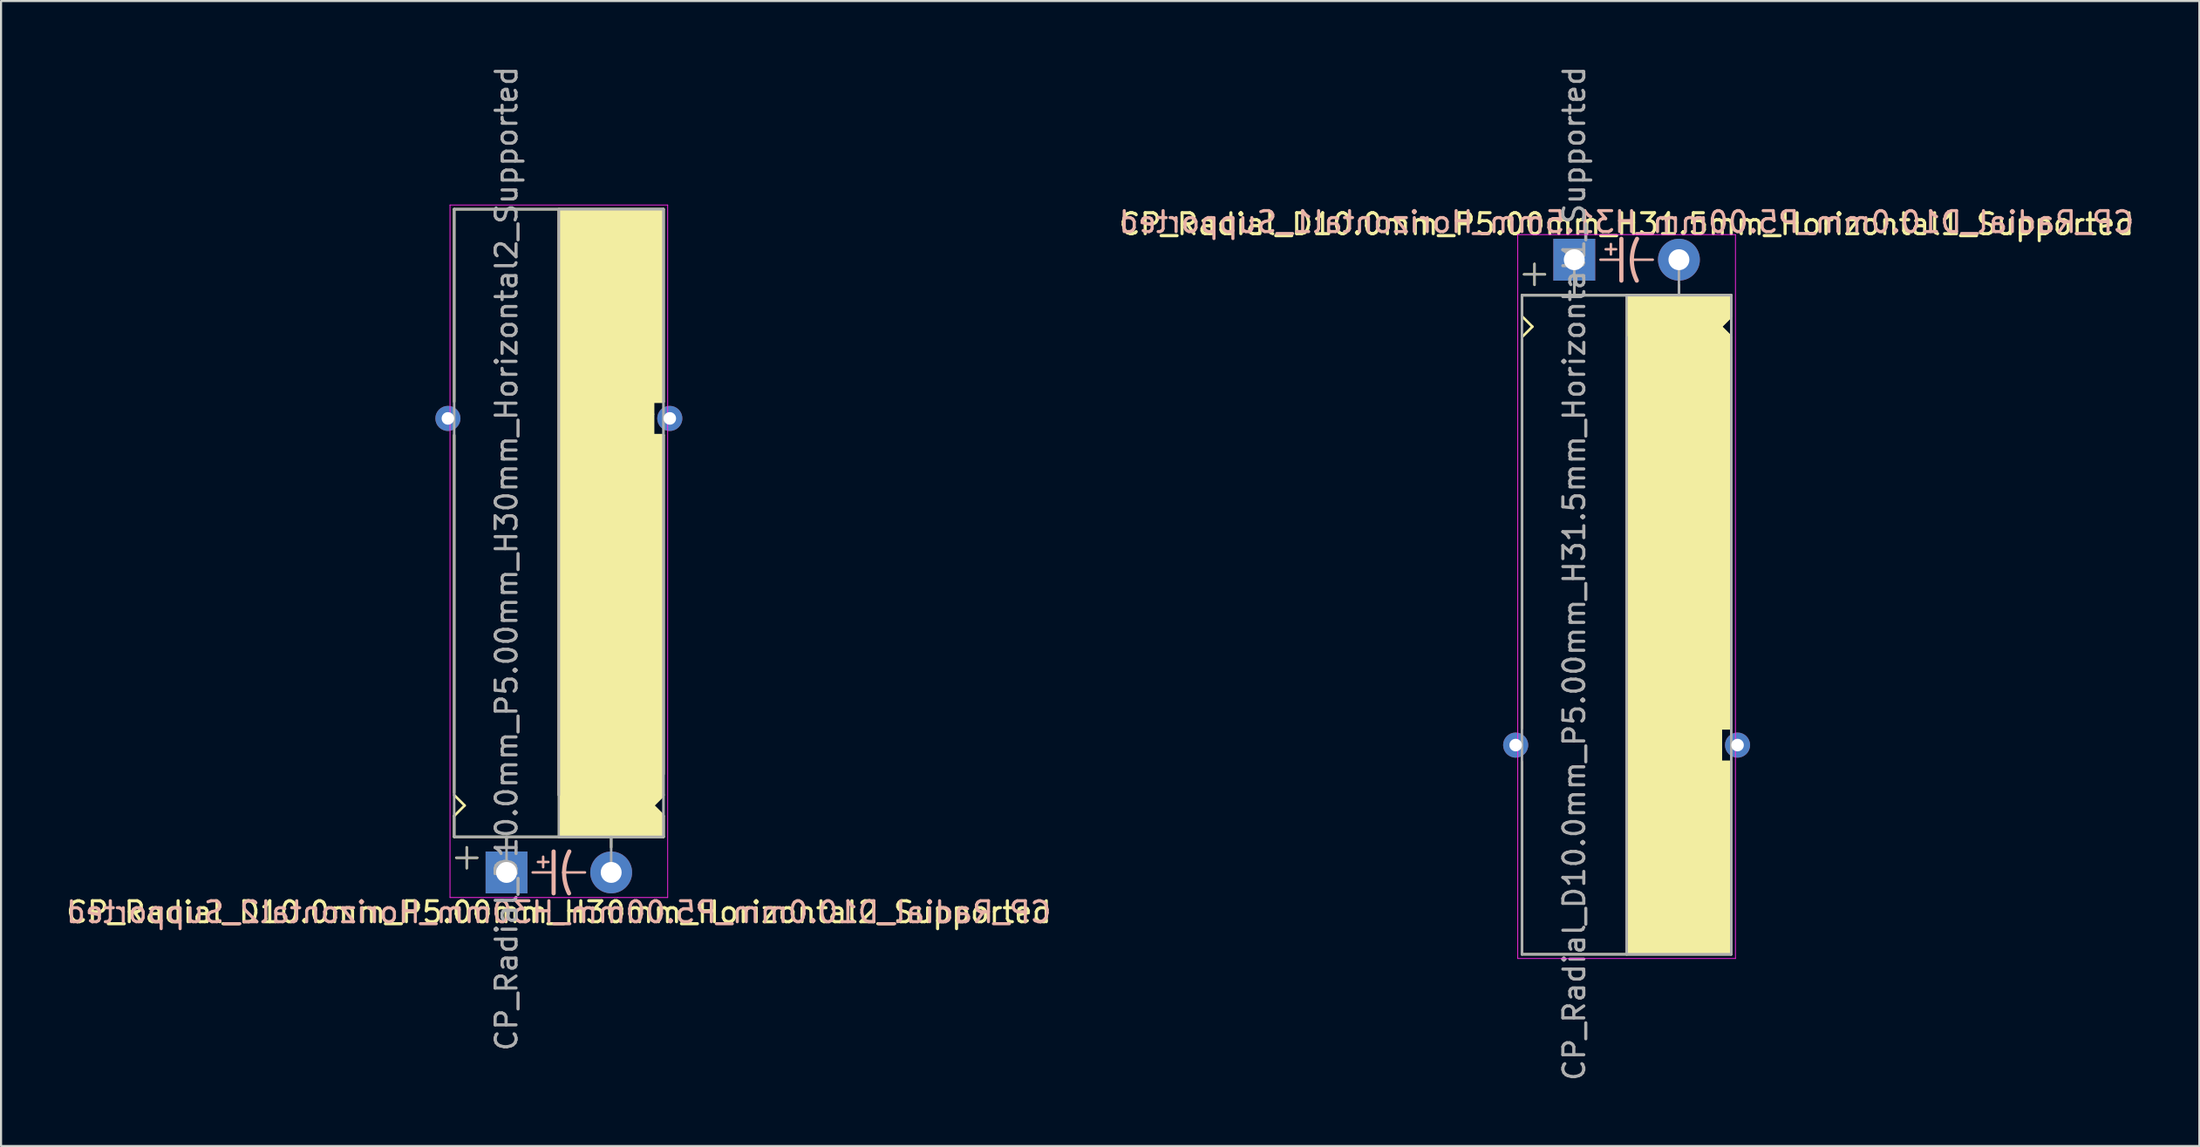
<source format=kicad_pcb>
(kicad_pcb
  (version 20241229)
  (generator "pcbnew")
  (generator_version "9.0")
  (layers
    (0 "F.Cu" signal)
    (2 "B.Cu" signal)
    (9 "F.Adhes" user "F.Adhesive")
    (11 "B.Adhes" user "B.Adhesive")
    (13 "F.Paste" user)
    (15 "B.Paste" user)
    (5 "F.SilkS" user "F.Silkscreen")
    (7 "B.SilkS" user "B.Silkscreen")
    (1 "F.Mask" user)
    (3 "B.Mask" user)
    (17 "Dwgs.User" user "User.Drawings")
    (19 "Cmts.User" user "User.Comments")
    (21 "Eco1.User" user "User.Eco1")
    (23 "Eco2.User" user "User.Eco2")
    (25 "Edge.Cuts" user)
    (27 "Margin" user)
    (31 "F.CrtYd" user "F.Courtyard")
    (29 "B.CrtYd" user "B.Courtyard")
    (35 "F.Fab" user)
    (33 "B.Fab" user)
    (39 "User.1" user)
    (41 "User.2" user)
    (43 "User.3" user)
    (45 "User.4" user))
  (footprint "CP_Radial_D10.0mm_P5.00mm_H31.5mm_Horizontal1_Supported"
    (layer "F.Cu")
    (at 72.161 9.363)
    (property "Reference" "CP_Radial_D10.0mm_P5.00mm_H31.5mm_Horizontal1_Supported" (at 2.5 -1.7 0) (layer "F.SilkS") (effects (font (size 1 1) (thickness 0.15))))
    (fp_line (start -2.5 1.7) (end -2.5 2.7) (stroke (width 0.12) (type solid)) (layer "F.SilkS"))
    (fp_line (start -2.5 2.7) (end -2 3.2) (stroke (width 0.12) (type solid)) (layer "F.SilkS"))
    (fp_line (start -2.5 3.8) (end -2.5 22.4) (stroke (width 0.12) (type solid)) (layer "F.SilkS"))
    (fp_line (start -2.5 24) (end -2.5 33.2) (stroke (width 0.12) (type solid)) (layer "F.SilkS"))
    (fp_line (start -2.5 33.2) (end 7.5 33.2) (stroke (width 0.12) (type solid)) (layer "F.SilkS"))
    (fp_line (start -2 3.2) (end -2.5 3.7) (stroke (width 0.12) (type solid)) (layer "F.SilkS"))
    (fp_line (start -1.9 0.2) (end -1.9 1.2) (stroke (width 0.12) (type solid)) (layer "F.SilkS"))
    (fp_line (start -1.4 0.7) (end -2.4 0.7) (stroke (width 0.12) (type solid)) (layer "F.SilkS"))
    (fp_line (start 0 1.7) (end 0 1.2) (stroke (width 0.12) (type solid)) (layer "F.SilkS"))
    (fp_line (start 2.5 1.7) (end -2.5 1.7) (stroke (width 0.12) (type solid)) (layer "F.SilkS"))
    (fp_line (start 2.5 33.2) (end 2.5 3.7) (stroke (width 0.12) (type solid)) (layer "F.SilkS"))
    (fp_line (start 5 1.7) (end 5 1.2) (stroke (width 0.12) (type solid)) (layer "F.SilkS"))
    (fp_line (start 7 3.2) (end 7.5 3.7) (stroke (width 0.12) (type solid)) (layer "F.SilkS"))
    (fp_line (start 7 22.4) (end 7.5 22.4) (stroke (width 0.12) (type solid)) (layer "F.SilkS"))
    (fp_line (start 7 23.4) (end 7 22.4) (stroke (width 0.12) (type solid)) (layer "F.SilkS"))
    (fp_line (start 7 24) (end 7 23.4) (stroke (width 0.12) (type solid)) (layer "F.SilkS"))
    (fp_line (start 7.5 1.7) (end 2.5 1.7) (stroke (width 0.12) (type solid)) (layer "F.SilkS"))
    (fp_line (start 7.5 1.7) (end 7.5 2.7) (stroke (width 0.12) (type solid)) (layer "F.SilkS"))
    (fp_line (start 7.5 2.7) (end 7 3.2) (stroke (width 0.12) (type solid)) (layer "F.SilkS"))
    (fp_line (start 7.5 4.7) (end 7.5 22.4) (stroke (width 0.12) (type solid)) (layer "F.SilkS"))
    (fp_line (start 7.5 24) (end 7 24) (stroke (width 0.12) (type solid)) (layer "F.SilkS"))
    (fp_line (start 7.5 24) (end 7.5 33.2) (stroke (width 0.12) (type solid)) (layer "F.SilkS"))
    (fp_poly (pts (xy 7.5 2.7) (xy 7 3.2) (xy 7.5 3.7) (xy 7.5 22.4) (xy 7 22.4) (xy 7 24) (xy 7.5 24) (xy 7.5 33.2) (xy 2.5 33.2) (xy 2.5 1.7) (xy 7.5 1.7)) (stroke (width 0.1) (type solid)) (fill yes) (layer "F.SilkS"))
    (fp_line (start 1.25 0) (end 2.25 0) (stroke (width 0.12) (type solid)) (layer "B.SilkS"))
    (fp_line (start 1.5 -0.5) (end 2 -0.5) (stroke (width 0.12) (type solid)) (layer "B.SilkS"))
    (fp_line (start 1.75 -0.75) (end 1.75 -0.25) (stroke (width 0.12) (type solid)) (layer "B.SilkS"))
    (fp_line (start 2.25 1) (end 2.25 -1) (stroke (width 0.2) (type solid)) (layer "B.SilkS"))
    (fp_line (start 3.75 0) (end 2.75 0) (stroke (width 0.12) (type solid)) (layer "B.SilkS"))
    (fp_arc (start 2.75 0) (mid 2.816707 -0.514573) (end 3 -1) (stroke (width 0.2) (type solid)) (layer "B.SilkS"))
    (fp_arc (start 2.987539 1) (mid 2.810248 0.513901) (end 2.75 0) (stroke (width 0.2) (type solid)) (layer "B.SilkS"))
    (fp_line (start -2.7 -1.2) (end 5.3 -1.2) (stroke (width 0.04) (type solid)) (layer "F.CrtYd"))
    (fp_line (start -2.7 33.4) (end -2.7 -1.2) (stroke (width 0.04) (type solid)) (layer "F.CrtYd"))
    (fp_line (start 5.3 -1.2) (end 7.7 -1.2) (stroke (width 0.04) (type solid)) (layer "F.CrtYd"))
    (fp_line (start 7.7 -1.2) (end 7.7 33.4) (stroke (width 0.04) (type solid)) (layer "F.CrtYd"))
    (fp_line (start 7.7 33.4) (end -2.7 33.4) (stroke (width 0.04) (type solid)) (layer "F.CrtYd"))
    (fp_line (start -2.5 1.7) (end -2.5 33.2) (stroke (width 0.12) (type solid)) (layer "F.Fab"))
    (fp_line (start -2.5 33.2) (end 7.5 33.2) (stroke (width 0.12) (type solid)) (layer "F.Fab"))
    (fp_line (start -2.4 0.7) (end -1.4 0.7) (stroke (width 0.1) (type solid)) (layer "F.Fab"))
    (fp_line (start -1.9 1.2) (end -1.9 0.2) (stroke (width 0.1) (type solid)) (layer "F.Fab"))
    (fp_line (start 0 1.7) (end 0 0) (stroke (width 0.12) (type solid)) (layer "F.Fab"))
    (fp_line (start 2.5 3.7) (end 2.5 33.2) (stroke (width 0.12) (type solid)) (layer "F.Fab"))
    (fp_line (start 5 1.7) (end 5 0) (stroke (width 0.12) (type solid)) (layer "F.Fab"))
    (fp_line (start 7.5 1.7) (end -2.5 1.7) (stroke (width 0.12) (type solid)) (layer "F.Fab"))
    (fp_line (start 7.5 33.2) (end 7.5 1.7) (stroke (width 0.12) (type solid)) (layer "F.Fab"))
    (fp_poly (pts (xy 7.5 33.2) (xy 2.5 33.2) (xy 2.5 1.7) (xy 7.5 1.7)) (stroke (width 0.1) (type solid)) (fill no) (layer "F.Fab"))
    (fp_text user "${REFERENCE}" (at 2.5 -1.8 0) (layer "B.SilkS") (effects (font (size 1 1) (thickness 0.15)) (justify mirror)))
    (fp_text user "${REFERENCE}" (at 0 15 90) (layer "F.Fab") (effects (font (size 1 1) (thickness 0.15))))
    (pad "1" thru_hole rect (at 0 0) (size 2 2) (drill 1) (layers "*.Cu" "*.Mask"))
    (pad "2" thru_hole circle (at 5 0) (size 2 2) (drill 1) (layers "*.Cu" "*.Mask"))
    (pad "~" thru_hole circle (at -2.8 23.2) (size 1.2 1.2) (drill 0.6) (layers "*.Cu" "*.Mask"))
    (pad "~" thru_hole circle (at 7.8 23.2) (size 1.2 1.2) (drill 0.6) (layers "*.Cu" "*.Mask")))
  (footprint "CP_Radial_D10.0mm_P5.00mm_H30mm_Horizontal2_Supported"
    (layer "F.Cu")
    (at 21.149 38.649)
    (property "Reference" "CP_Radial_D10.0mm_P5.00mm_H30mm_Horizontal2_Supported" (at 2.5 1.9 0) (layer "F.SilkS") (effects (font (size 1 1) (thickness 0.15))))
    (fp_line (start -2.5 -31.7) (end 7.5 -31.7) (stroke (width 0.12) (type solid)) (layer "F.SilkS"))
    (fp_line (start -2.5 -22.5) (end -2.5 -31.7) (stroke (width 0.12) (type solid)) (layer "F.SilkS"))
    (fp_line (start -2.5 -3.8) (end -2.5 -20.9) (stroke (width 0.12) (type solid)) (layer "F.SilkS"))
    (fp_line (start -2.5 -2.7) (end -2 -3.2) (stroke (width 0.12) (type solid)) (layer "F.SilkS"))
    (fp_line (start -2.5 -1.7) (end -2.5 -2.7) (stroke (width 0.12) (type solid)) (layer "F.SilkS"))
    (fp_line (start -2 -3.2) (end -2.5 -3.7) (stroke (width 0.12) (type solid)) (layer "F.SilkS"))
    (fp_line (start -1.9 -1.2) (end -1.9 -0.2) (stroke (width 0.12) (type solid)) (layer "F.SilkS"))
    (fp_line (start -1.4 -0.7) (end -2.4 -0.7) (stroke (width 0.12) (type solid)) (layer "F.SilkS"))
    (fp_line (start 0 -1.7) (end 0 -1.2) (stroke (width 0.12) (type solid)) (layer "F.SilkS"))
    (fp_line (start 2.5 -31.7) (end 2.5 -3.7) (stroke (width 0.12) (type solid)) (layer "F.SilkS"))
    (fp_line (start 2.5 -1.7) (end -2.5 -1.7) (stroke (width 0.12) (type solid)) (layer "F.SilkS"))
    (fp_line (start 5 -1.7) (end 5 -1.2) (stroke (width 0.12) (type solid)) (layer "F.SilkS"))
    (fp_line (start 7 -22.5) (end 7 -21.9) (stroke (width 0.12) (type solid)) (layer "F.SilkS"))
    (fp_line (start 7 -21.9) (end 7 -20.9) (stroke (width 0.12) (type solid)) (layer "F.SilkS"))
    (fp_line (start 7 -20.9) (end 7.5 -20.9) (stroke (width 0.12) (type solid)) (layer "F.SilkS"))
    (fp_line (start 7 -3.2) (end 7.5 -3.7) (stroke (width 0.12) (type solid)) (layer "F.SilkS"))
    (fp_line (start 7.5 -22.5) (end 7 -22.5) (stroke (width 0.12) (type solid)) (layer "F.SilkS"))
    (fp_line (start 7.5 -22.5) (end 7.5 -31.7) (stroke (width 0.12) (type solid)) (layer "F.SilkS"))
    (fp_line (start 7.5 -4.7) (end 7.5 -20.9) (stroke (width 0.12) (type solid)) (layer "F.SilkS"))
    (fp_line (start 7.5 -2.7) (end 7 -3.2) (stroke (width 0.12) (type solid)) (layer "F.SilkS"))
    (fp_line (start 7.5 -1.7) (end 2.5 -1.7) (stroke (width 0.12) (type solid)) (layer "F.SilkS"))
    (fp_line (start 7.5 -1.7) (end 7.5 -2.7) (stroke (width 0.12) (type solid)) (layer "F.SilkS"))
    (fp_poly (pts (xy 7.5 -2.7) (xy 7 -3.2) (xy 7.5 -3.7) (xy 7.5 -20.9) (xy 7 -20.9) (xy 7 -22.5) (xy 7.5 -22.5) (xy 7.5 -31.7) (xy 2.5 -31.7) (xy 2.5 -1.7) (xy 7.5 -1.7)) (stroke (width 0.1) (type solid)) (fill yes) (layer "F.SilkS"))
    (fp_line (start 1.25 0) (end 2.25 0) (stroke (width 0.12) (type solid)) (layer "B.SilkS"))
    (fp_line (start 1.5 -0.5) (end 2 -0.5) (stroke (width 0.12) (type solid)) (layer "B.SilkS"))
    (fp_line (start 1.75 -0.75) (end 1.75 -0.25) (stroke (width 0.12) (type solid)) (layer "B.SilkS"))
    (fp_line (start 2.25 1) (end 2.25 -1) (stroke (width 0.2) (type solid)) (layer "B.SilkS"))
    (fp_line (start 3.75 0) (end 2.75 0) (stroke (width 0.12) (type solid)) (layer "B.SilkS"))
    (fp_arc (start 2.75 0) (mid 2.816707 -0.514573) (end 3 -1) (stroke (width 0.2) (type solid)) (layer "B.SilkS"))
    (fp_arc (start 2.987539 1) (mid 2.810248 0.513901) (end 2.75 0) (stroke (width 0.2) (type solid)) (layer "B.SilkS"))
    (fp_line (start -2.7 -31.9) (end -2.7 1.2) (stroke (width 0.04) (type solid)) (layer "F.CrtYd"))
    (fp_line (start -2.7 1.2) (end 5.3 1.2) (stroke (width 0.04) (type solid)) (layer "F.CrtYd"))
    (fp_line (start 5.3 1.2) (end 7.7 1.2) (stroke (width 0.04) (type solid)) (layer "F.CrtYd"))
    (fp_line (start 7.7 -31.9) (end -2.7 -31.9) (stroke (width 0.04) (type solid)) (layer "F.CrtYd"))
    (fp_line (start 7.7 1.2) (end 7.7 -31.9) (stroke (width 0.04) (type solid)) (layer "F.CrtYd"))
    (fp_line (start -2.5 -31.7) (end 7.5 -31.7) (stroke (width 0.12) (type solid)) (layer "F.Fab"))
    (fp_line (start -2.5 -1.7) (end -2.5 -31.7) (stroke (width 0.12) (type solid)) (layer "F.Fab"))
    (fp_line (start -2.4 -0.7) (end -1.4 -0.7) (stroke (width 0.1) (type solid)) (layer "F.Fab"))
    (fp_line (start -1.9 -0.2) (end -1.9 -1.2) (stroke (width 0.1) (type solid)) (layer "F.Fab"))
    (fp_line (start 0 -1.7) (end 0 0) (stroke (width 0.12) (type solid)) (layer "F.Fab"))
    (fp_line (start 2.5 -3.7) (end 2.5 -31.7) (stroke (width 0.12) (type solid)) (layer "F.Fab"))
    (fp_line (start 5 -1.7) (end 5 0) (stroke (width 0.12) (type solid)) (layer "F.Fab"))
    (fp_line (start 7.5 -31.7) (end 7.5 -1.7) (stroke (width 0.12) (type solid)) (layer "F.Fab"))
    (fp_line (start 7.5 -1.7) (end -2.5 -1.7) (stroke (width 0.12) (type solid)) (layer "F.Fab"))
    (fp_poly (pts (xy 7.5 -31.7) (xy 2.5 -31.7) (xy 2.5 -1.7) (xy 7.5 -1.7)) (stroke (width 0.1) (type solid)) (fill no) (layer "F.Fab"))
    (fp_text user "${REFERENCE}" (at 2.5 1.9 0) (layer "B.SilkS") (effects (font (size 1 1) (thickness 0.15)) (justify mirror)))
    (fp_text user "${REFERENCE}" (at 0 -15 90) (layer "F.Fab") (effects (font (size 1 1) (thickness 0.15))))
    (pad "1" thru_hole rect (at 0 0) (size 2 2) (drill 1) (layers "*.Cu" "*.Mask"))
    (pad "2" thru_hole circle (at 5 0) (size 2 2) (drill 1) (layers "*.Cu" "*.Mask"))
    (pad "~" thru_hole circle (at -2.8 -21.7 180) (size 1.2 1.2) (drill 0.6) (layers "*.Cu" "*.Mask"))
    (pad "~" thru_hole circle (at 7.8 -21.7 180) (size 1.2 1.2) (drill 0.6) (layers "*.Cu" "*.Mask")))
  (gr_rect
    (start -3 -3)
    (end 102.024 51.726)
    (stroke (width 0.1) (type default))
    (fill no)
    (layer "Edge.Cuts")))
</source>
